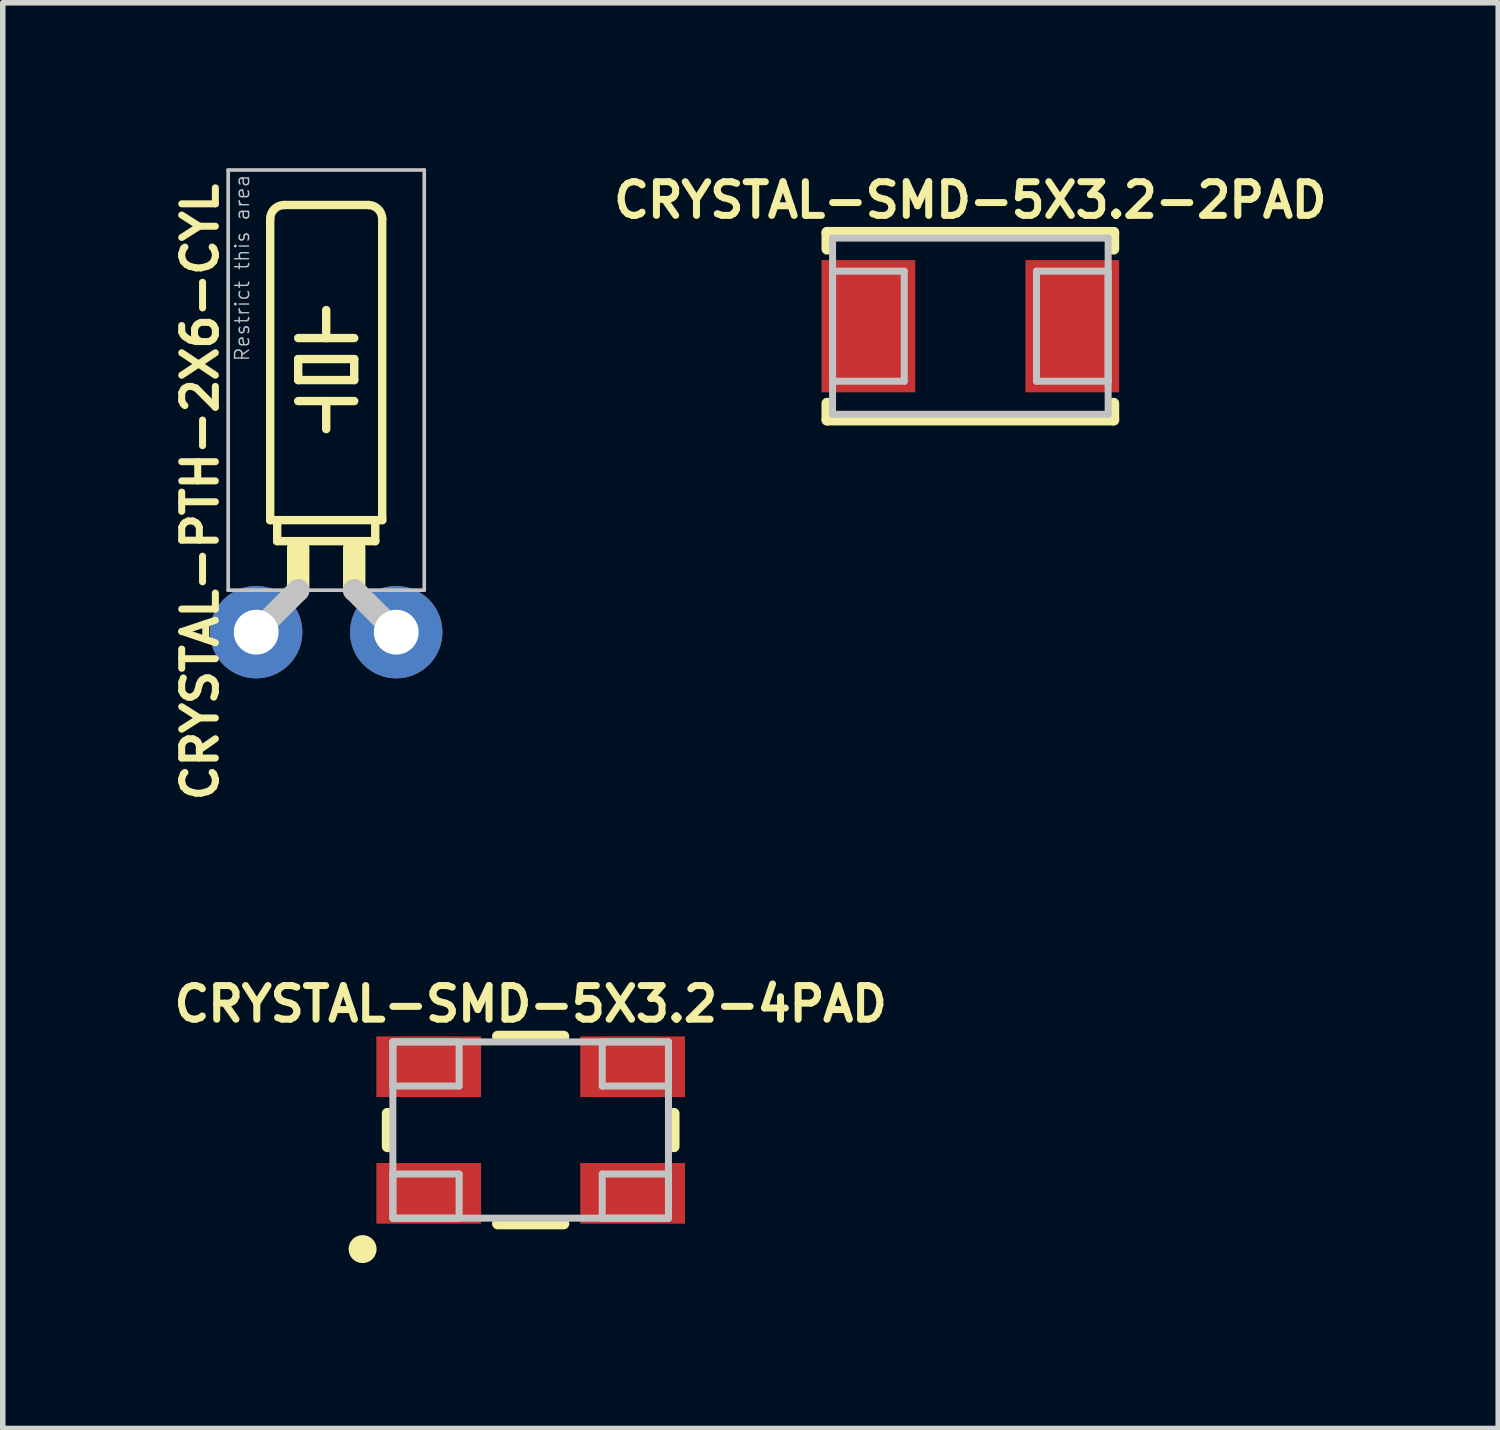
<source format=kicad_pcb>
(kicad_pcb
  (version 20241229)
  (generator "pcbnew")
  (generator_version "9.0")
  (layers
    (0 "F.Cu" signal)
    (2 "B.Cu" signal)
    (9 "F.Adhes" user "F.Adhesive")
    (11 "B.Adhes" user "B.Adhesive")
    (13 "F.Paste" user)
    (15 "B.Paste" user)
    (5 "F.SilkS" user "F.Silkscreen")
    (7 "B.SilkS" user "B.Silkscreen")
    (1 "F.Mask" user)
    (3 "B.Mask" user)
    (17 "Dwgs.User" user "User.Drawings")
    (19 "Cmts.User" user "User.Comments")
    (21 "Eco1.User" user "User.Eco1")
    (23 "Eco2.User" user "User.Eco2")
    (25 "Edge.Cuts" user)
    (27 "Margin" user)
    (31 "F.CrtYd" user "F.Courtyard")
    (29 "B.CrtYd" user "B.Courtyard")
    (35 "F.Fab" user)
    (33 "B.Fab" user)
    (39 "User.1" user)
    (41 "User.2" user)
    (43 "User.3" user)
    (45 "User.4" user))
  (footprint "CRYSTAL-PTH-2X6-CYL"
    (layer "F.Cu")
    (at 2.866 8.415)
    (property "Reference" "CRYSTAL-PTH-2X6-CYL" (at -2.286 -2.54 90) (layer "F.SilkS") (effects (font (size 0.61 0.61) (thickness 0.127))))
    (attr exclude_from_pos_files exclude_from_bom)
    (fp_line (start -1.016 -2.032) (end -1.016 -7.493) (stroke (width 0.152) (type solid)) (layer "F.SilkS"))
    (fp_line (start -1.016 -2.032) (end -0.889 -2.032) (stroke (width 0.152) (type solid)) (layer "F.SilkS"))
    (fp_line (start -0.889 -1.651) (end -0.889 -2.032) (stroke (width 0.152) (type solid)) (layer "F.SilkS"))
    (fp_line (start -0.889 -1.651) (end 0.889 -1.651) (stroke (width 0.152) (type solid)) (layer "F.SilkS"))
    (fp_line (start -0.762 -7.747) (end 0.762 -7.747) (stroke (width 0.152) (type solid)) (layer "F.SilkS"))
    (fp_line (start -0.508 -5.334) (end 0 -5.334) (stroke (width 0.152) (type solid)) (layer "F.SilkS"))
    (fp_line (start -0.508 -4.953) (end -0.508 -4.572) (stroke (width 0.152) (type solid)) (layer "F.SilkS"))
    (fp_line (start -0.508 -4.953) (end 0.508 -4.953) (stroke (width 0.152) (type solid)) (layer "F.SilkS"))
    (fp_line (start -0.508 -4.191) (end 0 -4.191) (stroke (width 0.152) (type solid)) (layer "F.SilkS"))
    (fp_line (start -0.508 -0.762) (end -0.508 -1.524) (stroke (width 0.406) (type solid)) (layer "F.SilkS"))
    (fp_line (start 0 -5.334) (end 0 -5.842) (stroke (width 0.152) (type solid)) (layer "F.SilkS"))
    (fp_line (start 0 -5.334) (end 0.508 -5.334) (stroke (width 0.152) (type solid)) (layer "F.SilkS"))
    (fp_line (start 0 -4.191) (end 0 -3.683) (stroke (width 0.152) (type solid)) (layer "F.SilkS"))
    (fp_line (start 0 -4.191) (end 0.508 -4.191) (stroke (width 0.152) (type solid)) (layer "F.SilkS"))
    (fp_line (start 0.508 -4.572) (end -0.508 -4.572) (stroke (width 0.152) (type solid)) (layer "F.SilkS"))
    (fp_line (start 0.508 -4.572) (end 0.508 -4.953) (stroke (width 0.152) (type solid)) (layer "F.SilkS"))
    (fp_line (start 0.508 -0.762) (end 0.508 -1.524) (stroke (width 0.406) (type solid)) (layer "F.SilkS"))
    (fp_line (start 0.889 -2.032) (end -0.889 -2.032) (stroke (width 0.152) (type solid)) (layer "F.SilkS"))
    (fp_line (start 0.889 -1.651) (end 0.889 -2.032) (stroke (width 0.152) (type solid)) (layer "F.SilkS"))
    (fp_line (start 1.016 -2.032) (end 0.889 -2.032) (stroke (width 0.152) (type solid)) (layer "F.SilkS"))
    (fp_line (start 1.016 -2.032) (end 1.016 -7.493) (stroke (width 0.152) (type solid)) (layer "F.SilkS"))
    (fp_arc (start -1.016 -7.493) (mid -0.941605 -7.672605) (end -0.762 -7.747) (stroke (width 0.1524) (type solid)) (layer "F.SilkS"))
    (fp_arc (start 0.762 -7.747) (mid 0.941605 -7.672605) (end 1.016 -7.493) (stroke (width 0.1524) (type solid)) (layer "F.SilkS"))
    (fp_line (start -1.778 -8.382) (end 1.778 -8.382) (stroke (width 0.066) (type solid)) (layer "Dwgs.User"))
    (fp_line (start -1.778 -0.762) (end -1.778 -8.382) (stroke (width 0.066) (type solid)) (layer "Dwgs.User"))
    (fp_line (start -1.778 -0.762) (end 1.778 -0.762) (stroke (width 0.066) (type solid)) (layer "Dwgs.User"))
    (fp_line (start -0.508 -0.762) (end -1.27 0) (stroke (width 0.406) (type solid)) (layer "Dwgs.User"))
    (fp_line (start 0.508 -0.762) (end 1.27 0) (stroke (width 0.406) (type solid)) (layer "Dwgs.User"))
    (fp_line (start 1.778 -0.762) (end 1.778 -8.382) (stroke (width 0.066) (type solid)) (layer "Dwgs.User"))
    (fp_text user "Restrict this area" (at -1.524 -6.604 90) (layer "Dwgs.User") (effects (font (size 0.254 0.254) (thickness 0.025))))
    (pad "1" thru_hole circle (at -1.27 0) (size 1.676 1.676) (drill 0.813) (layers "*.Cu" "*.Mask"))
    (pad "2" thru_hole circle (at 1.27 0) (size 1.676 1.676) (drill 0.813) (layers "*.Cu" "*.Mask")))
  (footprint "CRYSTAL-SMD-5X3.2-4PAD"
    (layer "F.Cu")
    (at 6.574 17.444)
    (property "Reference" "CRYSTAL-SMD-5X3.2-4PAD" (at 0 -2.286 0) (layer "F.SilkS") (effects (font (size 0.61 0.61) (thickness 0.127))))
    (attr smd)
    (fp_line (start -2.598 -0.3) (end -2.598 0.3) (stroke (width 0.203) (type solid)) (layer "F.SilkS"))
    (fp_line (start -0.599 -1.699) (end 0.599 -1.699) (stroke (width 0.203) (type solid)) (layer "F.SilkS"))
    (fp_line (start 0.599 1.699) (end -0.599 1.699) (stroke (width 0.203) (type solid)) (layer "F.SilkS"))
    (fp_line (start 2.598 -0.3) (end 2.598 0.3) (stroke (width 0.203) (type solid)) (layer "F.SilkS"))
    (fp_circle (center -3.048 2.159) (end -2.921 2.159) (stroke (width 0.254) (type solid)) (fill no) (layer "F.SilkS"))
    (fp_line (start -2.499 -1.598) (end -2.499 -0.798) (stroke (width 0.127) (type solid)) (layer "Dwgs.User"))
    (fp_line (start -2.499 -1.598) (end -2.499 1.598) (stroke (width 0.127) (type solid)) (layer "Dwgs.User"))
    (fp_line (start -2.499 -0.798) (end -1.298 -0.798) (stroke (width 0.127) (type solid)) (layer "Dwgs.User"))
    (fp_line (start -2.499 0.798) (end -2.499 1.598) (stroke (width 0.127) (type solid)) (layer "Dwgs.User"))
    (fp_line (start -2.499 1.598) (end -1.298 1.598) (stroke (width 0.127) (type solid)) (layer "Dwgs.User"))
    (fp_line (start -2.499 1.598) (end 2.499 1.598) (stroke (width 0.127) (type solid)) (layer "Dwgs.User"))
    (fp_line (start -1.298 -1.598) (end -2.499 -1.598) (stroke (width 0.127) (type solid)) (layer "Dwgs.User"))
    (fp_line (start -1.298 -0.798) (end -1.298 -1.598) (stroke (width 0.127) (type solid)) (layer "Dwgs.User"))
    (fp_line (start -1.298 0.798) (end -2.499 0.798) (stroke (width 0.127) (type solid)) (layer "Dwgs.User"))
    (fp_line (start -1.298 1.598) (end -1.298 0.798) (stroke (width 0.127) (type solid)) (layer "Dwgs.User"))
    (fp_line (start 1.298 -1.598) (end 1.298 -0.798) (stroke (width 0.127) (type solid)) (layer "Dwgs.User"))
    (fp_line (start 1.298 -0.798) (end 2.499 -0.798) (stroke (width 0.127) (type solid)) (layer "Dwgs.User"))
    (fp_line (start 1.298 0.798) (end 1.298 1.598) (stroke (width 0.127) (type solid)) (layer "Dwgs.User"))
    (fp_line (start 1.298 1.598) (end 2.499 1.598) (stroke (width 0.127) (type solid)) (layer "Dwgs.User"))
    (fp_line (start 2.499 -1.598) (end -2.499 -1.598) (stroke (width 0.127) (type solid)) (layer "Dwgs.User"))
    (fp_line (start 2.499 -1.598) (end 1.298 -1.598) (stroke (width 0.127) (type solid)) (layer "Dwgs.User"))
    (fp_line (start 2.499 -0.798) (end 2.499 -1.598) (stroke (width 0.127) (type solid)) (layer "Dwgs.User"))
    (fp_line (start 2.499 0.798) (end 1.298 0.798) (stroke (width 0.127) (type solid)) (layer "Dwgs.User"))
    (fp_line (start 2.499 1.598) (end 2.499 -1.598) (stroke (width 0.127) (type solid)) (layer "Dwgs.User"))
    (fp_line (start 2.499 1.598) (end 2.499 0.798) (stroke (width 0.127) (type solid)) (layer "Dwgs.User"))
    (pad "1" smd rect (at -1.849 1.148) (size 1.9 1.1) (layers "F.Cu" "F.Mask" "F.Paste"))
    (pad "2" smd rect (at 1.849 1.148) (size 1.9 1.1) (layers "F.Cu" "F.Mask" "F.Paste"))
    (pad "3" smd rect (at 1.849 -1.148) (size 1.9 1.1) (layers "F.Cu" "F.Mask" "F.Paste"))
    (pad "4" smd rect (at -1.849 -1.148) (size 1.9 1.1) (layers "F.Cu" "F.Mask" "F.Paste")))
  (footprint "CRYSTAL-SMD-5X3.2-2PAD"
    (layer "F.Cu")
    (at 14.548 2.866)
    (property "Reference" "CRYSTAL-SMD-5X3.2-2PAD" (at 0 -2.286 0) (layer "F.SilkS") (effects (font (size 0.61 0.61) (thickness 0.127))))
    (attr smd)
    (fp_line (start -2.598 -1.699) (end -2.598 -1.4) (stroke (width 0.203) (type solid)) (layer "F.SilkS"))
    (fp_line (start -2.598 -1.699) (end 2.598 -1.699) (stroke (width 0.203) (type solid)) (layer "F.SilkS"))
    (fp_line (start -2.598 1.699) (end -2.598 1.4) (stroke (width 0.203) (type solid)) (layer "F.SilkS"))
    (fp_line (start 2.598 -1.699) (end 2.598 -1.4) (stroke (width 0.203) (type solid)) (layer "F.SilkS"))
    (fp_line (start 2.598 1.699) (end -2.598 1.699) (stroke (width 0.203) (type solid)) (layer "F.SilkS"))
    (fp_line (start 2.598 1.699) (end 2.598 1.4) (stroke (width 0.203) (type solid)) (layer "F.SilkS"))
    (fp_line (start -2.499 -1.598) (end -2.499 1.598) (stroke (width 0.127) (type solid)) (layer "Dwgs.User"))
    (fp_line (start -2.499 -0.998) (end -1.199 -0.998) (stroke (width 0.127) (type solid)) (layer "Dwgs.User"))
    (fp_line (start -2.499 0.998) (end -2.499 -0.998) (stroke (width 0.127) (type solid)) (layer "Dwgs.User"))
    (fp_line (start -2.499 1.598) (end 2.499 1.598) (stroke (width 0.127) (type solid)) (layer "Dwgs.User"))
    (fp_line (start -1.199 -0.998) (end -1.199 0.998) (stroke (width 0.127) (type solid)) (layer "Dwgs.User"))
    (fp_line (start -1.199 0.998) (end -2.499 0.998) (stroke (width 0.127) (type solid)) (layer "Dwgs.User"))
    (fp_line (start 1.199 -0.998) (end 2.499 -0.998) (stroke (width 0.127) (type solid)) (layer "Dwgs.User"))
    (fp_line (start 1.199 0.998) (end 1.199 -0.998) (stroke (width 0.127) (type solid)) (layer "Dwgs.User"))
    (fp_line (start 2.499 -1.598) (end -2.499 -1.598) (stroke (width 0.127) (type solid)) (layer "Dwgs.User"))
    (fp_line (start 2.499 -0.998) (end 2.499 0.998) (stroke (width 0.127) (type solid)) (layer "Dwgs.User"))
    (fp_line (start 2.499 0.998) (end 1.199 0.998) (stroke (width 0.127) (type solid)) (layer "Dwgs.User"))
    (fp_line (start 2.499 1.598) (end 2.499 -1.598) (stroke (width 0.127) (type solid)) (layer "Dwgs.User"))
    (pad "P$1" smd rect (at 1.849 0) (size 1.699 2.398) (layers "F.Cu" "F.Mask" "F.Paste"))
    (pad "P$2" smd rect (at -1.849 0) (size 1.699 2.398) (layers "F.Cu" "F.Mask" "F.Paste")))
  (gr_rect
    (start -3 -3)
    (end 24.121 22.857)
    (stroke (width 0.1) (type default))
    (fill no)
    (layer "Edge.Cuts")))
</source>
